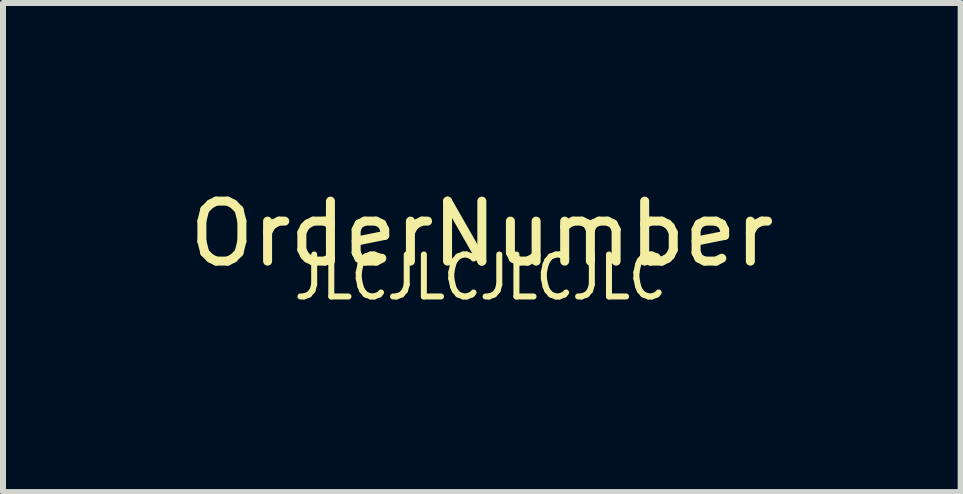
<source format=kicad_pcb>
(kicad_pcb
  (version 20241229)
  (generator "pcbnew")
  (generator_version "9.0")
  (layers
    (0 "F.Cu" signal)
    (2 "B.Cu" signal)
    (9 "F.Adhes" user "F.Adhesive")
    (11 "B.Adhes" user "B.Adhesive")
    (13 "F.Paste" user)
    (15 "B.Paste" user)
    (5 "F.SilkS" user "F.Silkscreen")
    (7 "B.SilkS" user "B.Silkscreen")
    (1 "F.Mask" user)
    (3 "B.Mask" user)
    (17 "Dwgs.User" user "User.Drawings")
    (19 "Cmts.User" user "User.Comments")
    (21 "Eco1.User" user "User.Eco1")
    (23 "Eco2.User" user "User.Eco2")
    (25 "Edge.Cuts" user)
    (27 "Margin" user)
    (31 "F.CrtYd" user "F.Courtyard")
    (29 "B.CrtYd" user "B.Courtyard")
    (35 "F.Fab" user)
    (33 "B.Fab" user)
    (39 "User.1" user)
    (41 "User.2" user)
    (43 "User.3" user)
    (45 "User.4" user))
  (footprint "OrderNumber"
    (layer "F.Cu")
    (at 4.982 1.348)
    (property "Reference" "OrderNumber" (at 0 -0.5 0) (unlocked yes) (layer "F.SilkS") (effects (font (size 1 1) (thickness 0.15))))
    (attr board_only exclude_from_pos_files exclude_from_bom allow_missing_courtyard)
    (fp_text user "JLCJLCJLCJLC" (at -3.175 0.635 0) (unlocked yes) (layer "F.SilkS") (effects (font (size 0.7 0.6) (thickness 0.1) (bold yes)) (justify left bottom))))
  (gr_rect
    (start -3 -3)
    (end 12.964 5.153)
    (stroke (width 0.1) (type default))
    (fill no)
    (layer "Edge.Cuts")))
</source>
